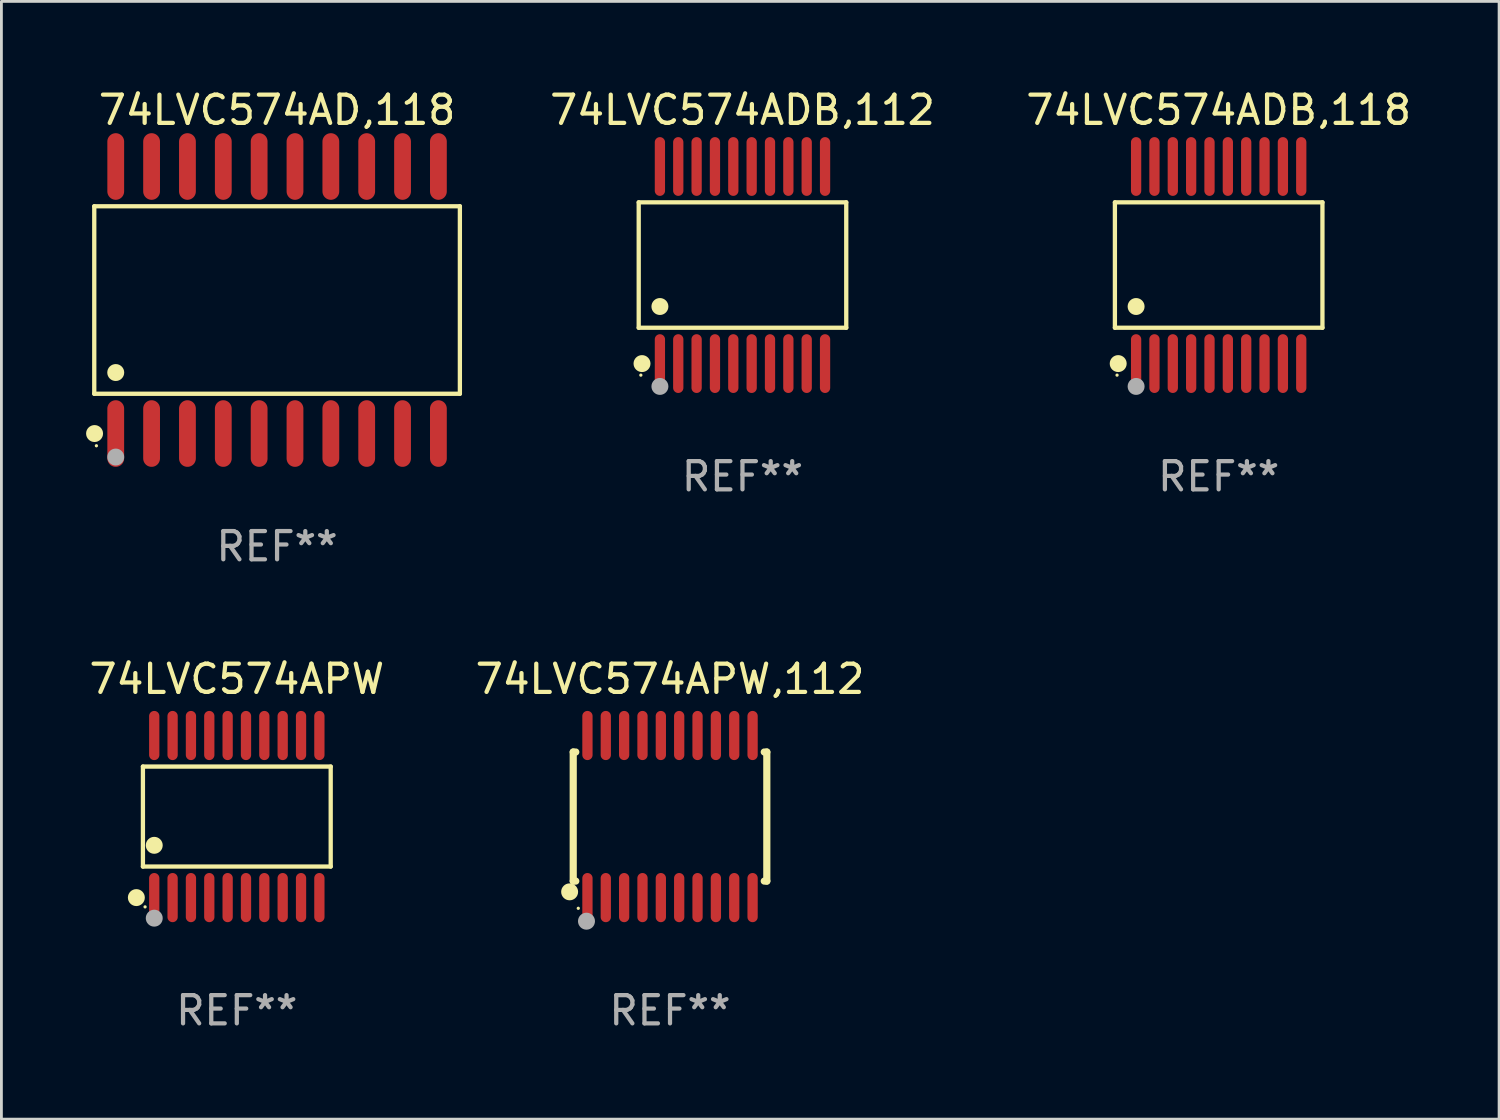
<source format=kicad_pcb>
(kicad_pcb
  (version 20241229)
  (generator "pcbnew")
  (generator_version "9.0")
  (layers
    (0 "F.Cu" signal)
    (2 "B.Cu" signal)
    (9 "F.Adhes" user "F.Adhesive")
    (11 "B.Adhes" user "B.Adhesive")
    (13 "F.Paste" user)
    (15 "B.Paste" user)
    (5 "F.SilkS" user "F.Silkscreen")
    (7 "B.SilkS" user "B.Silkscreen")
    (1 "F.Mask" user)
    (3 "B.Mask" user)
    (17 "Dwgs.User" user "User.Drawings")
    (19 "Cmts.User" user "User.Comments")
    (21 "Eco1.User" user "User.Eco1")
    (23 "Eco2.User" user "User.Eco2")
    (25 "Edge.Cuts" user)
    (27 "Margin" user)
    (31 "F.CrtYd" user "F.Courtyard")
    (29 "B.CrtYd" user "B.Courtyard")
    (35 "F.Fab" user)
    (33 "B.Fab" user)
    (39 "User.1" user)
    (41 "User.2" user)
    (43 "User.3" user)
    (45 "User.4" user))
  (footprint "74LVC574APW"
    (layer "F.Cu")
    (at 5.339 25.876)
    (property "Reference" "74LVC574APW" (at 0 -4.871 0) (layer "F.SilkS") (effects (font (size 1 1) (thickness 0.15))))
    (attr through_hole)
    (fp_line (start -3.326 -1.771) (end 3.326 -1.771) (stroke (width 0.152) (type solid)) (layer "F.SilkS"))
    (fp_line (start -3.326 1.771) (end -3.326 -1.771) (stroke (width 0.152) (type solid)) (layer "F.SilkS"))
    (fp_line (start 3.326 -1.771) (end 3.326 1.771) (stroke (width 0.152) (type solid)) (layer "F.SilkS"))
    (fp_line (start 3.326 1.771) (end -3.326 1.771) (stroke (width 0.152) (type solid)) (layer "F.SilkS"))
    (fp_circle (center -3.559 2.871) (end -3.409 2.871) (stroke (width 0.3) (type solid)) (fill no) (layer "F.SilkS"))
    (fp_circle (center -3.25 3.2) (end -3.22 3.2) (stroke (width 0.06) (type solid)) (fill no) (layer "F.SilkS"))
    (fp_circle (center -2.925 1.019) (end -2.775 1.019) (stroke (width 0.3) (type solid)) (fill no) (layer "F.SilkS"))
    (fp_circle (center -2.925 3.6) (end -2.775 3.6) (stroke (width 0.3) (type solid)) (fill no) (layer "F.Fab"))
    (fp_text user "REF**" (at 0 6.871 0) (layer "F.Fab") (effects (font (size 1 1) (thickness 0.15))))
    (pad "1" smd oval (at -2.925 2.871) (size 0.364 1.742) (layers "F.Cu" "F.Mask" "F.Paste"))
    (pad "2" smd oval (at -2.275 2.871) (size 0.364 1.742) (layers "F.Cu" "F.Mask" "F.Paste"))
    (pad "3" smd oval (at -1.625 2.871) (size 0.364 1.742) (layers "F.Cu" "F.Mask" "F.Paste"))
    (pad "4" smd oval (at -0.975 2.871) (size 0.364 1.742) (layers "F.Cu" "F.Mask" "F.Paste"))
    (pad "5" smd oval (at -0.325 2.871) (size 0.364 1.742) (layers "F.Cu" "F.Mask" "F.Paste"))
    (pad "6" smd oval (at 0.325 2.871) (size 0.364 1.742) (layers "F.Cu" "F.Mask" "F.Paste"))
    (pad "7" smd oval (at 0.975 2.871) (size 0.364 1.742) (layers "F.Cu" "F.Mask" "F.Paste"))
    (pad "8" smd oval (at 1.625 2.871) (size 0.364 1.742) (layers "F.Cu" "F.Mask" "F.Paste"))
    (pad "9" smd oval (at 2.275 2.871) (size 0.364 1.742) (layers "F.Cu" "F.Mask" "F.Paste"))
    (pad "10" smd oval (at 2.925 2.871) (size 0.364 1.742) (layers "F.Cu" "F.Mask" "F.Paste"))
    (pad "11" smd oval (at 2.925 -2.871) (size 0.364 1.742) (layers "F.Cu" "F.Mask" "F.Paste"))
    (pad "12" smd oval (at 2.275 -2.871) (size 0.364 1.742) (layers "F.Cu" "F.Mask" "F.Paste"))
    (pad "13" smd oval (at 1.625 -2.871) (size 0.364 1.742) (layers "F.Cu" "F.Mask" "F.Paste"))
    (pad "14" smd oval (at 0.975 -2.871) (size 0.364 1.742) (layers "F.Cu" "F.Mask" "F.Paste"))
    (pad "15" smd oval (at 0.325 -2.871) (size 0.364 1.742) (layers "F.Cu" "F.Mask" "F.Paste"))
    (pad "16" smd oval (at -0.325 -2.871) (size 0.364 1.742) (layers "F.Cu" "F.Mask" "F.Paste"))
    (pad "17" smd oval (at -0.975 -2.871) (size 0.364 1.742) (layers "F.Cu" "F.Mask" "F.Paste"))
    (pad "18" smd oval (at -1.625 -2.871) (size 0.364 1.742) (layers "F.Cu" "F.Mask" "F.Paste"))
    (pad "19" smd oval (at -2.275 -2.871) (size 0.364 1.742) (layers "F.Cu" "F.Mask" "F.Paste"))
    (pad "20" smd oval (at -2.925 -2.871) (size 0.364 1.742) (layers "F.Cu" "F.Mask" "F.Paste")))
  (footprint "74LVC574ADB,112"
    (layer "F.Cu")
    (at 23.252 6.339)
    (property "Reference" "74LVC574ADB,112" (at 0 -5.491 0) (layer "F.SilkS") (effects (font (size 1 1) (thickness 0.15))))
    (attr through_hole)
    (fp_line (start -3.676 -2.221) (end 3.676 -2.221) (stroke (width 0.152) (type solid)) (layer "F.SilkS"))
    (fp_line (start -3.676 2.221) (end -3.676 -2.221) (stroke (width 0.152) (type solid)) (layer "F.SilkS"))
    (fp_line (start 3.676 -2.221) (end 3.676 2.221) (stroke (width 0.152) (type solid)) (layer "F.SilkS"))
    (fp_line (start 3.676 2.221) (end -3.676 2.221) (stroke (width 0.152) (type solid)) (layer "F.SilkS"))
    (fp_circle (center -3.6 3.9) (end -3.57 3.9) (stroke (width 0.06) (type solid)) (fill no) (layer "F.SilkS"))
    (fp_circle (center -3.559 3.491) (end -3.409 3.491) (stroke (width 0.3) (type solid)) (fill no) (layer "F.SilkS"))
    (fp_circle (center -2.925 1.469) (end -2.775 1.469) (stroke (width 0.3) (type solid)) (fill no) (layer "F.SilkS"))
    (fp_circle (center -2.925 4.3) (end -2.775 4.3) (stroke (width 0.3) (type solid)) (fill no) (layer "F.Fab"))
    (fp_text user "REF**" (at 0 7.491 0) (layer "F.Fab") (effects (font (size 1 1) (thickness 0.15))))
    (pad "1" smd oval (at -2.925 3.491) (size 0.364 2.082) (layers "F.Cu" "F.Mask" "F.Paste"))
    (pad "2" smd oval (at -2.275 3.491) (size 0.364 2.082) (layers "F.Cu" "F.Mask" "F.Paste"))
    (pad "3" smd oval (at -1.625 3.491) (size 0.364 2.082) (layers "F.Cu" "F.Mask" "F.Paste"))
    (pad "4" smd oval (at -0.975 3.491) (size 0.364 2.082) (layers "F.Cu" "F.Mask" "F.Paste"))
    (pad "5" smd oval (at -0.325 3.491) (size 0.364 2.082) (layers "F.Cu" "F.Mask" "F.Paste"))
    (pad "6" smd oval (at 0.325 3.491) (size 0.364 2.082) (layers "F.Cu" "F.Mask" "F.Paste"))
    (pad "7" smd oval (at 0.975 3.491) (size 0.364 2.082) (layers "F.Cu" "F.Mask" "F.Paste"))
    (pad "8" smd oval (at 1.625 3.491) (size 0.364 2.082) (layers "F.Cu" "F.Mask" "F.Paste"))
    (pad "9" smd oval (at 2.275 3.491) (size 0.364 2.082) (layers "F.Cu" "F.Mask" "F.Paste"))
    (pad "10" smd oval (at 2.925 3.491) (size 0.364 2.082) (layers "F.Cu" "F.Mask" "F.Paste"))
    (pad "11" smd oval (at 2.925 -3.491) (size 0.364 2.082) (layers "F.Cu" "F.Mask" "F.Paste"))
    (pad "12" smd oval (at 2.275 -3.491) (size 0.364 2.082) (layers "F.Cu" "F.Mask" "F.Paste"))
    (pad "13" smd oval (at 1.625 -3.491) (size 0.364 2.082) (layers "F.Cu" "F.Mask" "F.Paste"))
    (pad "14" smd oval (at 0.975 -3.491) (size 0.364 2.082) (layers "F.Cu" "F.Mask" "F.Paste"))
    (pad "15" smd oval (at 0.325 -3.491) (size 0.364 2.082) (layers "F.Cu" "F.Mask" "F.Paste"))
    (pad "16" smd oval (at -0.325 -3.491) (size 0.364 2.082) (layers "F.Cu" "F.Mask" "F.Paste"))
    (pad "17" smd oval (at -0.975 -3.491) (size 0.364 2.082) (layers "F.Cu" "F.Mask" "F.Paste"))
    (pad "18" smd oval (at -1.625 -3.491) (size 0.364 2.082) (layers "F.Cu" "F.Mask" "F.Paste"))
    (pad "19" smd oval (at -2.275 -3.491) (size 0.364 2.082) (layers "F.Cu" "F.Mask" "F.Paste"))
    (pad "20" smd oval (at -2.925 -3.491) (size 0.364 2.082) (layers "F.Cu" "F.Mask" "F.Paste")))
  (footprint "74LVC574ADB,118"
    (layer "F.Cu")
    (at 40.121 6.339)
    (property "Reference" "74LVC574ADB,118" (at 0 -5.491 0) (layer "F.SilkS") (effects (font (size 1 1) (thickness 0.15))))
    (attr through_hole)
    (fp_line (start -3.676 -2.221) (end 3.676 -2.221) (stroke (width 0.152) (type solid)) (layer "F.SilkS"))
    (fp_line (start -3.676 2.221) (end -3.676 -2.221) (stroke (width 0.152) (type solid)) (layer "F.SilkS"))
    (fp_line (start 3.676 -2.221) (end 3.676 2.221) (stroke (width 0.152) (type solid)) (layer "F.SilkS"))
    (fp_line (start 3.676 2.221) (end -3.676 2.221) (stroke (width 0.152) (type solid)) (layer "F.SilkS"))
    (fp_circle (center -3.6 3.9) (end -3.57 3.9) (stroke (width 0.06) (type solid)) (fill no) (layer "F.SilkS"))
    (fp_circle (center -3.559 3.491) (end -3.409 3.491) (stroke (width 0.3) (type solid)) (fill no) (layer "F.SilkS"))
    (fp_circle (center -2.925 1.469) (end -2.775 1.469) (stroke (width 0.3) (type solid)) (fill no) (layer "F.SilkS"))
    (fp_circle (center -2.925 4.3) (end -2.775 4.3) (stroke (width 0.3) (type solid)) (fill no) (layer "F.Fab"))
    (fp_text user "REF**" (at 0 7.491 0) (layer "F.Fab") (effects (font (size 1 1) (thickness 0.15))))
    (pad "1" smd oval (at -2.925 3.491) (size 0.364 2.082) (layers "F.Cu" "F.Mask" "F.Paste"))
    (pad "2" smd oval (at -2.275 3.491) (size 0.364 2.082) (layers "F.Cu" "F.Mask" "F.Paste"))
    (pad "3" smd oval (at -1.625 3.491) (size 0.364 2.082) (layers "F.Cu" "F.Mask" "F.Paste"))
    (pad "4" smd oval (at -0.975 3.491) (size 0.364 2.082) (layers "F.Cu" "F.Mask" "F.Paste"))
    (pad "5" smd oval (at -0.325 3.491) (size 0.364 2.082) (layers "F.Cu" "F.Mask" "F.Paste"))
    (pad "6" smd oval (at 0.325 3.491) (size 0.364 2.082) (layers "F.Cu" "F.Mask" "F.Paste"))
    (pad "7" smd oval (at 0.975 3.491) (size 0.364 2.082) (layers "F.Cu" "F.Mask" "F.Paste"))
    (pad "8" smd oval (at 1.625 3.491) (size 0.364 2.082) (layers "F.Cu" "F.Mask" "F.Paste"))
    (pad "9" smd oval (at 2.275 3.491) (size 0.364 2.082) (layers "F.Cu" "F.Mask" "F.Paste"))
    (pad "10" smd oval (at 2.925 3.491) (size 0.364 2.082) (layers "F.Cu" "F.Mask" "F.Paste"))
    (pad "11" smd oval (at 2.925 -3.491) (size 0.364 2.082) (layers "F.Cu" "F.Mask" "F.Paste"))
    (pad "12" smd oval (at 2.275 -3.491) (size 0.364 2.082) (layers "F.Cu" "F.Mask" "F.Paste"))
    (pad "13" smd oval (at 1.625 -3.491) (size 0.364 2.082) (layers "F.Cu" "F.Mask" "F.Paste"))
    (pad "14" smd oval (at 0.975 -3.491) (size 0.364 2.082) (layers "F.Cu" "F.Mask" "F.Paste"))
    (pad "15" smd oval (at 0.325 -3.491) (size 0.364 2.082) (layers "F.Cu" "F.Mask" "F.Paste"))
    (pad "16" smd oval (at -0.325 -3.491) (size 0.364 2.082) (layers "F.Cu" "F.Mask" "F.Paste"))
    (pad "17" smd oval (at -0.975 -3.491) (size 0.364 2.082) (layers "F.Cu" "F.Mask" "F.Paste"))
    (pad "18" smd oval (at -1.625 -3.491) (size 0.364 2.082) (layers "F.Cu" "F.Mask" "F.Paste"))
    (pad "19" smd oval (at -2.275 -3.491) (size 0.364 2.082) (layers "F.Cu" "F.Mask" "F.Paste"))
    (pad "20" smd oval (at -2.925 -3.491) (size 0.364 2.082) (layers "F.Cu" "F.Mask" "F.Paste")))
  (footprint "74LVC574APW,112"
    (layer "F.Cu")
    (at 20.685 25.876)
    (property "Reference" "74LVC574APW,112" (at 0 -4.871 0) (layer "F.SilkS") (effects (font (size 1 1) (thickness 0.15))))
    (attr through_hole)
    (fp_line (start -3.429 -2.286) (end -3.429 2.286) (stroke (width 0.254) (type solid)) (layer "F.SilkS"))
    (fp_line (start -3.429 2.286) (end -3.338 2.286) (stroke (width 0.254) (type solid)) (layer "F.SilkS"))
    (fp_line (start -3.338 -2.286) (end -3.429 -2.286) (stroke (width 0.254) (type solid)) (layer "F.SilkS"))
    (fp_line (start 3.338 -2.286) (end 3.429 -2.286) (stroke (width 0.254) (type solid)) (layer "F.SilkS"))
    (fp_line (start 3.429 -2.286) (end 3.429 2.286) (stroke (width 0.254) (type solid)) (layer "F.SilkS"))
    (fp_line (start 3.429 2.286) (end 3.338 2.286) (stroke (width 0.254) (type solid)) (layer "F.SilkS"))
    (fp_circle (center -3.556 2.667) (end -3.406 2.667) (stroke (width 0.3) (type solid)) (fill no) (layer "F.SilkS"))
    (fp_circle (center -3.25 3.25) (end -3.22 3.25) (stroke (width 0.06) (type solid)) (fill no) (layer "F.SilkS"))
    (fp_circle (center -2.959 3.707) (end -2.808 3.707) (stroke (width 0.3) (type solid)) (fill no) (layer "F.Fab"))
    (fp_text user "REF**" (at 0 6.871 0) (layer "F.Fab") (effects (font (size 1 1) (thickness 0.15))))
    (pad "1" smd oval (at -2.925 2.871) (size 0.364 1.742) (layers "F.Cu" "F.Mask" "F.Paste"))
    (pad "2" smd oval (at -2.275 2.871) (size 0.364 1.742) (layers "F.Cu" "F.Mask" "F.Paste"))
    (pad "3" smd oval (at -1.625 2.871) (size 0.364 1.742) (layers "F.Cu" "F.Mask" "F.Paste"))
    (pad "4" smd oval (at -0.975 2.871) (size 0.364 1.742) (layers "F.Cu" "F.Mask" "F.Paste"))
    (pad "5" smd oval (at -0.325 2.871) (size 0.364 1.742) (layers "F.Cu" "F.Mask" "F.Paste"))
    (pad "6" smd oval (at 0.325 2.871) (size 0.364 1.742) (layers "F.Cu" "F.Mask" "F.Paste"))
    (pad "7" smd oval (at 0.975 2.871) (size 0.364 1.742) (layers "F.Cu" "F.Mask" "F.Paste"))
    (pad "8" smd oval (at 1.625 2.871) (size 0.364 1.742) (layers "F.Cu" "F.Mask" "F.Paste"))
    (pad "9" smd oval (at 2.275 2.871) (size 0.364 1.742) (layers "F.Cu" "F.Mask" "F.Paste"))
    (pad "10" smd oval (at 2.925 2.871) (size 0.364 1.742) (layers "F.Cu" "F.Mask" "F.Paste"))
    (pad "11" smd oval (at 2.925 -2.871) (size 0.364 1.742) (layers "F.Cu" "F.Mask" "F.Paste"))
    (pad "12" smd oval (at 2.275 -2.871) (size 0.364 1.742) (layers "F.Cu" "F.Mask" "F.Paste"))
    (pad "13" smd oval (at 1.625 -2.871) (size 0.364 1.742) (layers "F.Cu" "F.Mask" "F.Paste"))
    (pad "14" smd oval (at 0.975 -2.871) (size 0.364 1.742) (layers "F.Cu" "F.Mask" "F.Paste"))
    (pad "15" smd oval (at 0.325 -2.871) (size 0.364 1.742) (layers "F.Cu" "F.Mask" "F.Paste"))
    (pad "16" smd oval (at -0.325 -2.871) (size 0.364 1.742) (layers "F.Cu" "F.Mask" "F.Paste"))
    (pad "17" smd oval (at -0.975 -2.871) (size 0.364 1.742) (layers "F.Cu" "F.Mask" "F.Paste"))
    (pad "18" smd oval (at -1.625 -2.871) (size 0.364 1.742) (layers "F.Cu" "F.Mask" "F.Paste"))
    (pad "19" smd oval (at -2.275 -2.871) (size 0.364 1.742) (layers "F.Cu" "F.Mask" "F.Paste"))
    (pad "20" smd oval (at -2.925 -2.871) (size 0.364 1.742) (layers "F.Cu" "F.Mask" "F.Paste")))
  (footprint "74LVC574AD,118"
    (layer "F.Cu")
    (at 6.765 7.578)
    (property "Reference" "74LVC574AD,118" (at 0 -6.73 0) (layer "F.SilkS") (effects (font (size 1 1) (thickness 0.15))))
    (attr through_hole)
    (fp_line (start -6.476 -3.321) (end 6.476 -3.321) (stroke (width 0.152) (type solid)) (layer "F.SilkS"))
    (fp_line (start -6.476 3.321) (end -6.476 -3.321) (stroke (width 0.152) (type solid)) (layer "F.SilkS"))
    (fp_line (start 6.476 -3.321) (end 6.476 3.321) (stroke (width 0.152) (type solid)) (layer "F.SilkS"))
    (fp_line (start 6.476 3.321) (end -6.476 3.321) (stroke (width 0.152) (type solid)) (layer "F.SilkS"))
    (fp_circle (center -6.465 4.73) (end -6.315 4.73) (stroke (width 0.3) (type solid)) (fill no) (layer "F.SilkS"))
    (fp_circle (center -6.4 5.163) (end -6.37 5.163) (stroke (width 0.06) (type solid)) (fill no) (layer "F.SilkS"))
    (fp_circle (center -5.715 2.569) (end -5.565 2.569) (stroke (width 0.3) (type solid)) (fill no) (layer "F.SilkS"))
    (fp_circle (center -5.715 5.563) (end -5.565 5.563) (stroke (width 0.3) (type solid)) (fill no) (layer "F.Fab"))
    (fp_text user "REF**" (at 0 8.73 0) (layer "F.Fab") (effects (font (size 1 1) (thickness 0.15))))
    (pad "1" smd oval (at -5.715 4.73) (size 0.595 2.36) (layers "F.Cu" "F.Mask" "F.Paste"))
    (pad "2" smd oval (at -4.445 4.73) (size 0.595 2.36) (layers "F.Cu" "F.Mask" "F.Paste"))
    (pad "3" smd oval (at -3.175 4.73) (size 0.595 2.36) (layers "F.Cu" "F.Mask" "F.Paste"))
    (pad "4" smd oval (at -1.905 4.73) (size 0.595 2.36) (layers "F.Cu" "F.Mask" "F.Paste"))
    (pad "5" smd oval (at -0.635 4.73) (size 0.595 2.36) (layers "F.Cu" "F.Mask" "F.Paste"))
    (pad "6" smd oval (at 0.635 4.73) (size 0.595 2.36) (layers "F.Cu" "F.Mask" "F.Paste"))
    (pad "7" smd oval (at 1.905 4.73) (size 0.595 2.36) (layers "F.Cu" "F.Mask" "F.Paste"))
    (pad "8" smd oval (at 3.175 4.73) (size 0.595 2.36) (layers "F.Cu" "F.Mask" "F.Paste"))
    (pad "9" smd oval (at 4.445 4.73) (size 0.595 2.36) (layers "F.Cu" "F.Mask" "F.Paste"))
    (pad "10" smd oval (at 5.715 4.73) (size 0.595 2.36) (layers "F.Cu" "F.Mask" "F.Paste"))
    (pad "11" smd oval (at 5.715 -4.73) (size 0.595 2.36) (layers "F.Cu" "F.Mask" "F.Paste"))
    (pad "12" smd oval (at 4.445 -4.73) (size 0.595 2.36) (layers "F.Cu" "F.Mask" "F.Paste"))
    (pad "13" smd oval (at 3.175 -4.73) (size 0.595 2.36) (layers "F.Cu" "F.Mask" "F.Paste"))
    (pad "14" smd oval (at 1.905 -4.73) (size 0.595 2.36) (layers "F.Cu" "F.Mask" "F.Paste"))
    (pad "15" smd oval (at 0.635 -4.73) (size 0.595 2.36) (layers "F.Cu" "F.Mask" "F.Paste"))
    (pad "16" smd oval (at -0.635 -4.73) (size 0.595 2.36) (layers "F.Cu" "F.Mask" "F.Paste"))
    (pad "17" smd oval (at -1.905 -4.73) (size 0.595 2.36) (layers "F.Cu" "F.Mask" "F.Paste"))
    (pad "18" smd oval (at -3.175 -4.73) (size 0.595 2.36) (layers "F.Cu" "F.Mask" "F.Paste"))
    (pad "19" smd oval (at -4.445 -4.73) (size 0.595 2.36) (layers "F.Cu" "F.Mask" "F.Paste"))
    (pad "20" smd oval (at -5.715 -4.73) (size 0.595 2.36) (layers "F.Cu" "F.Mask" "F.Paste")))
  (gr_rect
    (start -3 -3)
    (end 50.055 36.595)
    (stroke (width 0.1) (type default))
    (fill no)
    (layer "Edge.Cuts")))
</source>
